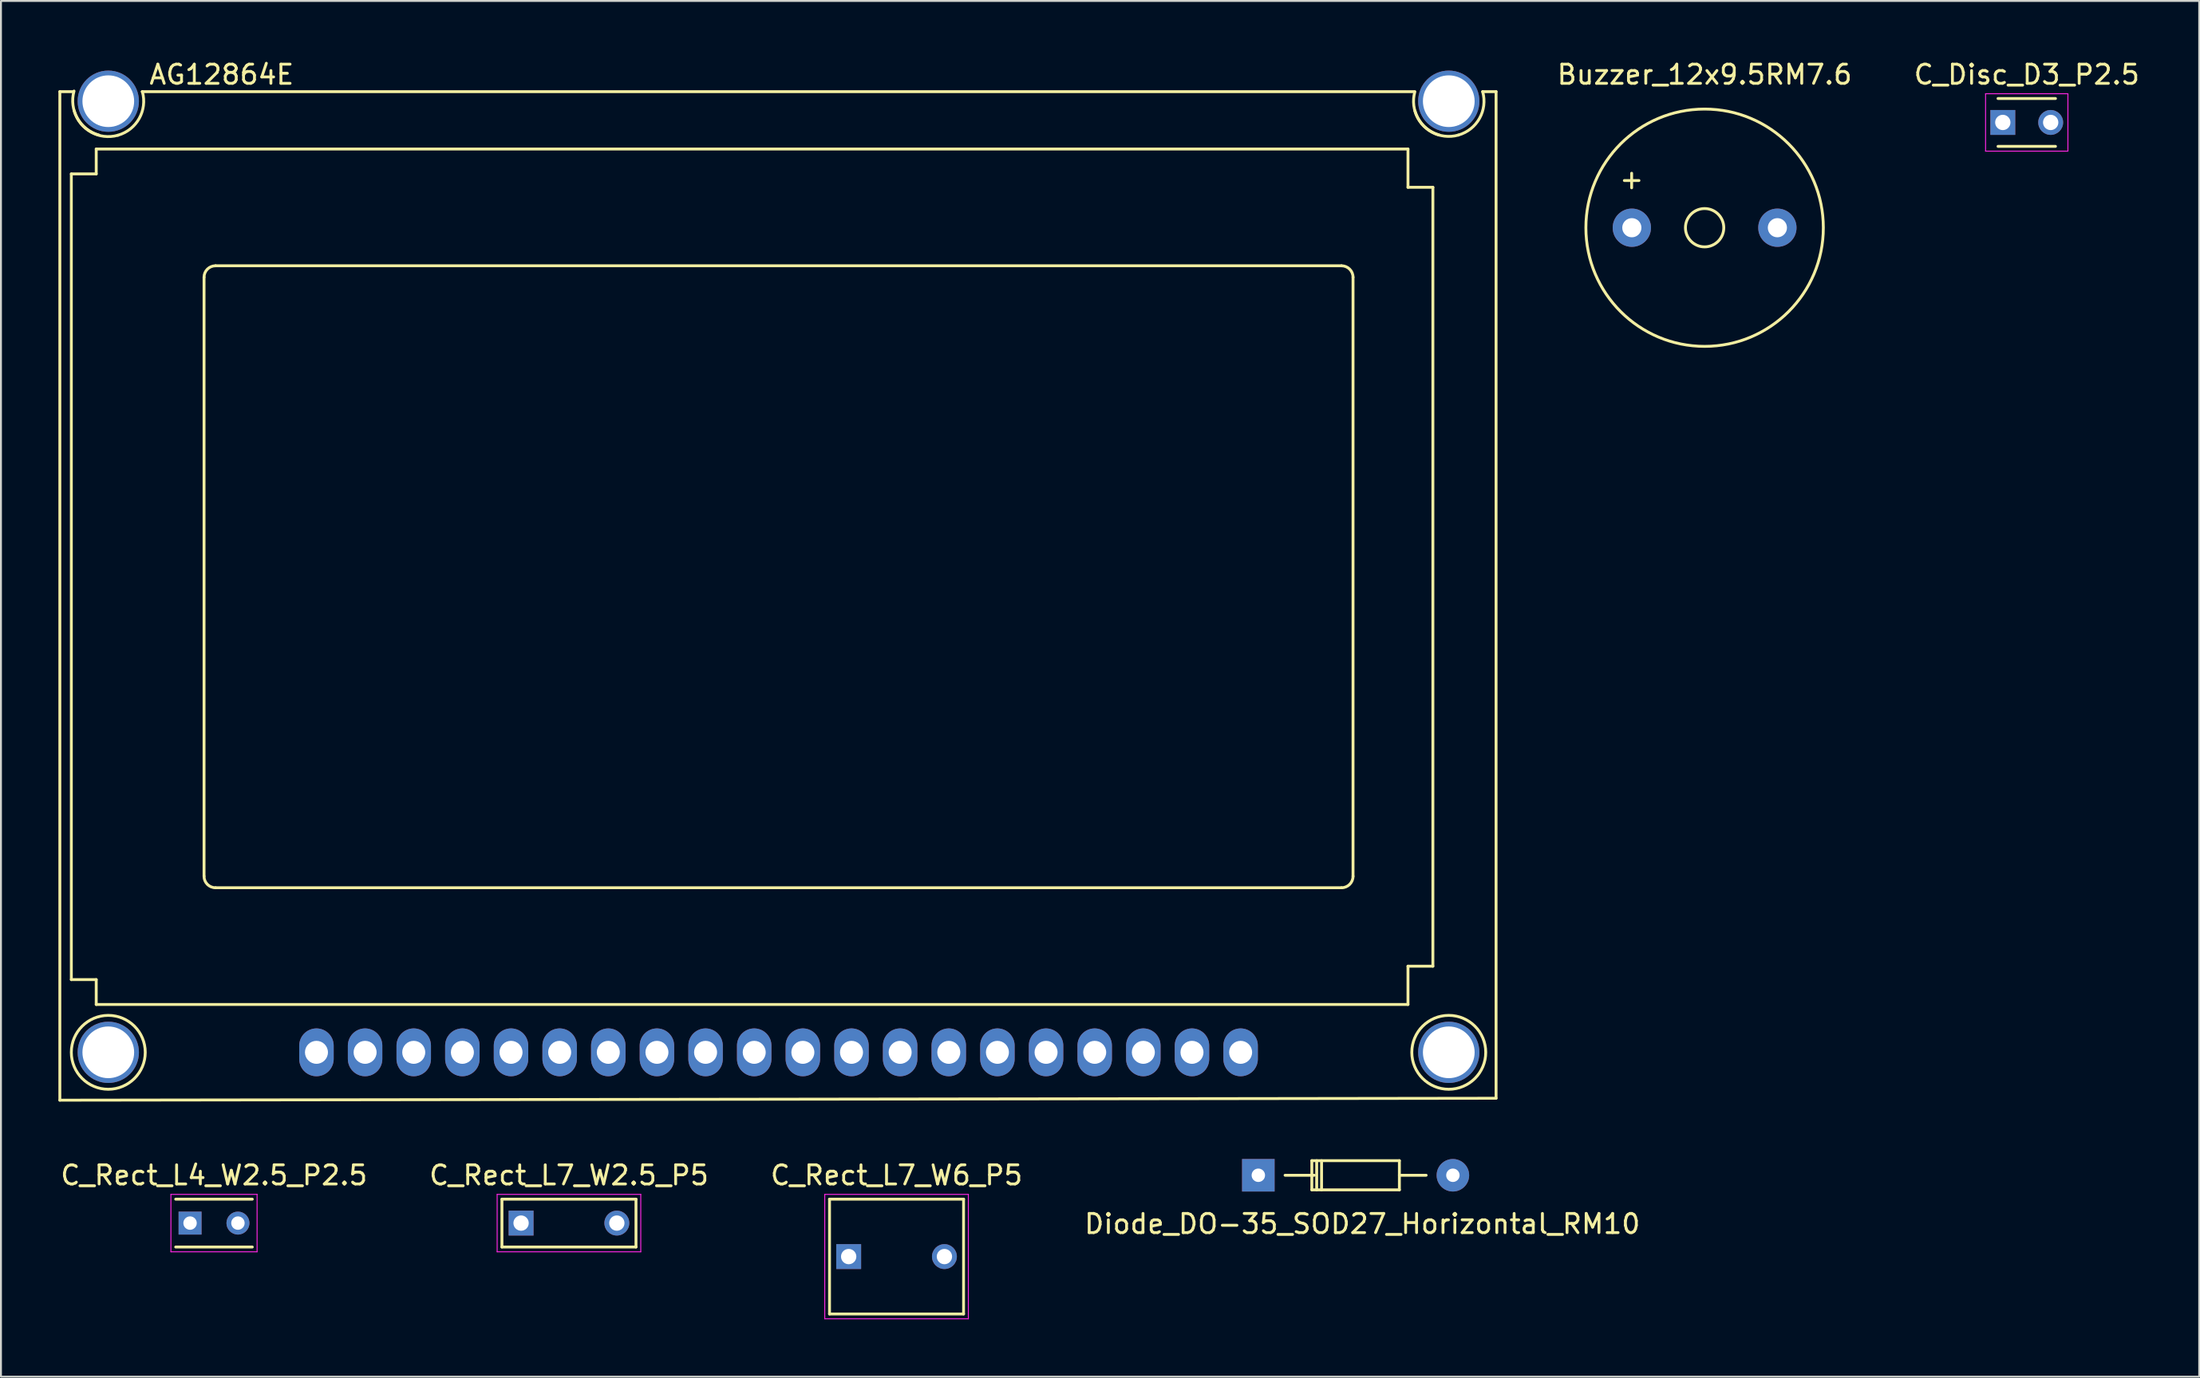
<source format=kicad_pcb>
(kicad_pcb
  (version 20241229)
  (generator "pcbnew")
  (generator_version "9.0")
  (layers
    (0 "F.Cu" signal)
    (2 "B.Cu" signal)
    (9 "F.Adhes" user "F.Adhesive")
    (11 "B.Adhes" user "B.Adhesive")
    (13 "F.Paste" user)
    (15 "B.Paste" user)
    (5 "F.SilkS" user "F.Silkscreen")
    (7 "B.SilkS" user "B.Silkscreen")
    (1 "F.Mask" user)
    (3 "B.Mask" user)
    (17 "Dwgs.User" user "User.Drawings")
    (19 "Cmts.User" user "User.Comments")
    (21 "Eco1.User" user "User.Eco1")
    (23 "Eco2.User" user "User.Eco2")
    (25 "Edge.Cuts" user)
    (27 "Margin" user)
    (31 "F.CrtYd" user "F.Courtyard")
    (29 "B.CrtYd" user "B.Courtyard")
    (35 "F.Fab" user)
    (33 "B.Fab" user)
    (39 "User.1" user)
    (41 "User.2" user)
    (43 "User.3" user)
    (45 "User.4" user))
  (footprint "C_Disc_D3_P2.5"
    (layer "F.Cu")
    (at 101.537 3.348)
    (property "Reference" "C_Disc_D3_P2.5" (at 1.25 -2.5 0) (layer "F.SilkS") (effects (font (size 1 1) (thickness 0.15))))
    (attr through_hole)
    (fp_line (start -0.25 -1.25) (end 2.75 -1.25) (stroke (width 0.15) (type solid)) (layer "F.SilkS"))
    (fp_line (start 2.75 1.25) (end -0.25 1.25) (stroke (width 0.15) (type solid)) (layer "F.SilkS"))
    (fp_line (start -0.9 -1.5) (end 3.4 -1.5) (stroke (width 0.05) (type solid)) (layer "F.CrtYd"))
    (fp_line (start -0.9 1.5) (end -0.9 -1.5) (stroke (width 0.05) (type solid)) (layer "F.CrtYd"))
    (fp_line (start 3.4 -1.5) (end 3.4 1.5) (stroke (width 0.05) (type solid)) (layer "F.CrtYd"))
    (fp_line (start 3.4 1.5) (end -0.9 1.5) (stroke (width 0.05) (type solid)) (layer "F.CrtYd"))
    (pad "1" thru_hole rect (at 0 0) (size 1.3 1.3) (drill 0.8) (layers "*.Cu" "*.Mask"))
    (pad "2" thru_hole circle (at 2.5 0) (size 1.3 1.3) (drill 0.8) (layers "*.Cu" "*.Mask")))
  (footprint "Buzzer_12x9.5RM7.6"
    (layer "F.Cu")
    (at 85.965 8.849)
    (property "Reference" "Buzzer_12x9.5RM7.6" (at 0 -8.001 0) (layer "F.SilkS") (effects (font (size 1 1) (thickness 0.15))))
    (attr through_hole)
    (fp_circle (center 0 0) (end 1.001 0) (stroke (width 0.15) (type solid)) (fill no) (layer "F.SilkS"))
    (fp_circle (center 0 0) (end 6.2 0) (stroke (width 0.15) (type solid)) (fill no) (layer "F.SilkS"))
    (fp_text user "+" (at -3.81 -2.54 0) (layer "F.SilkS") (effects (font (size 1 1) (thickness 0.15))))
    (pad "1" thru_hole circle (at -3.8 0) (size 2 2) (drill 1.001) (layers "*.Cu" "*.Mask"))
    (pad "2" thru_hole circle (at 3.8 0) (size 2 2) (drill 1.001) (layers "*.Cu" "*.Mask")))
  (footprint "Diode_DO-35_SOD27_Horizontal_RM10"
    (layer "F.Cu")
    (at 62.659 58.365)
    (property "Reference" "Diode_DO-35_SOD27_Horizontal_RM10" (at 5.431 2.537 0) (layer "F.SilkS") (effects (font (size 1 1) (thickness 0.15))))
    (attr through_hole)
    (fp_line (start 2.795 -0.765) (end 2.795 -0.003) (stroke (width 0.15) (type solid)) (layer "F.SilkS"))
    (fp_line (start 2.795 -0.003) (end 2.795 0.759) (stroke (width 0.15) (type solid)) (layer "F.SilkS"))
    (fp_line (start 2.795 0.759) (end 7.367 0.759) (stroke (width 0.15) (type solid)) (layer "F.SilkS"))
    (fp_line (start 2.922 -0.003) (end 1.398 -0.003) (stroke (width 0.15) (type solid)) (layer "F.SilkS"))
    (fp_line (start 3.049 -0.765) (end 3.049 0.759) (stroke (width 0.15) (type solid)) (layer "F.SilkS"))
    (fp_line (start 3.303 -0.765) (end 3.303 0.759) (stroke (width 0.15) (type solid)) (layer "F.SilkS"))
    (fp_line (start 7.367 -0.765) (end 2.795 -0.765) (stroke (width 0.15) (type solid)) (layer "F.SilkS"))
    (fp_line (start 7.367 -0.003) (end 8.764 -0.003) (stroke (width 0.15) (type solid)) (layer "F.SilkS"))
    (fp_line (start 7.367 0.759) (end 7.367 -0.765) (stroke (width 0.15) (type solid)) (layer "F.SilkS"))
    (pad "1" thru_hole rect (at 0.001 -0.003 180) (size 1.699 1.699) (drill 0.701) (layers "*.Cu" "*.Mask"))
    (pad "2" thru_hole circle (at 10.161 -0.003 180) (size 1.699 1.699) (drill 0.701) (layers "*.Cu" "*.Mask")))
  (footprint "AG12864E"
    (layer "F.Cu")
    (at 13.475 51.938)
    (property "Reference" "AG12864E" (at -4.95 -51.09 0) (layer "F.SilkS") (effects (font (size 1 1) (thickness 0.15))))
    (attr through_hole)
    (fp_line (start -13.4 -50.2) (end -12.7 -50.2) (stroke (width 0.15) (type solid)) (layer "F.SilkS"))
    (fp_line (start -13.4 2.5) (end -13.4 -50.2) (stroke (width 0.15) (type solid)) (layer "F.SilkS"))
    (fp_line (start -13.4 2.5) (end 61.6 2.4) (stroke (width 0.15) (type solid)) (layer "F.SilkS"))
    (fp_line (start -12.8 -3.8) (end -12.8 -45.9) (stroke (width 0.15) (type solid)) (layer "F.SilkS"))
    (fp_line (start -12.8 -3.8) (end -11.5 -3.8) (stroke (width 0.15) (type solid)) (layer "F.SilkS"))
    (fp_line (start -11.5 -47.2) (end -11.5 -45.9) (stroke (width 0.15) (type solid)) (layer "F.SilkS"))
    (fp_line (start -11.5 -47.2) (end 57 -47.2) (stroke (width 0.15) (type solid)) (layer "F.SilkS"))
    (fp_line (start -11.5 -45.9) (end -12.8 -45.9) (stroke (width 0.15) (type solid)) (layer "F.SilkS"))
    (fp_line (start -11.5 -3.8) (end -11.5 -2.5) (stroke (width 0.15) (type solid)) (layer "F.SilkS"))
    (fp_line (start -9.1 -50.2) (end 57.3 -50.2) (stroke (width 0.15) (type solid)) (layer "F.SilkS"))
    (fp_line (start -5.87 -40.5) (end -5.87 -9.21) (stroke (width 0.15) (type solid)) (layer "F.SilkS"))
    (fp_line (start -5.27 -8.6) (end 53.53 -8.6) (stroke (width 0.15) (type solid)) (layer "F.SilkS"))
    (fp_line (start 53.53 -41.1) (end -5.27 -41.1) (stroke (width 0.15) (type solid)) (layer "F.SilkS"))
    (fp_line (start 54.13 -9.2) (end 54.13 -40.5) (stroke (width 0.15) (type solid)) (layer "F.SilkS"))
    (fp_line (start 57 -47.2) (end 57 -45.2) (stroke (width 0.15) (type solid)) (layer "F.SilkS"))
    (fp_line (start 57 -45.2) (end 58.3 -45.2) (stroke (width 0.15) (type solid)) (layer "F.SilkS"))
    (fp_line (start 57 -4.5) (end 58.3 -4.5) (stroke (width 0.15) (type solid)) (layer "F.SilkS"))
    (fp_line (start 57 -2.5) (end -11.5 -2.5) (stroke (width 0.15) (type solid)) (layer "F.SilkS"))
    (fp_line (start 57 -2.5) (end 57 -4.5) (stroke (width 0.15) (type solid)) (layer "F.SilkS"))
    (fp_line (start 58.3 -45.2) (end 58.3 -4.5) (stroke (width 0.15) (type solid)) (layer "F.SilkS"))
    (fp_line (start 61.6 -50.2) (end 60.9 -50.2) (stroke (width 0.15) (type solid)) (layer "F.SilkS"))
    (fp_line (start 61.6 2.4) (end 61.6 -50.2) (stroke (width 0.15) (type solid)) (layer "F.SilkS"))
    (fp_arc (start -11.36 -47.93) (mid -12.486346 -48.810761) (end -12.66 -50.23) (stroke (width 0.15) (type solid)) (layer "F.SilkS"))
    (fp_arc (start -10.37 -47.92) (mid -11.775097 -48.087797) (end -12.65 -49.2) (stroke (width 0.15) (type solid)) (layer "F.SilkS"))
    (fp_arc (start -9.09 -50.2) (mid -9.257797 -48.794903) (end -10.37 -47.92) (stroke (width 0.15) (type solid)) (layer "F.SilkS"))
    (fp_arc (start -5.87 -40.5) (mid -5.694264 -40.924264) (end -5.27 -41.1) (stroke (width 0.15) (type solid)) (layer "F.SilkS"))
    (fp_arc (start -5.27 -8.6) (mid -5.694264 -8.775736) (end -5.87 -9.2) (stroke (width 0.15) (type solid)) (layer "F.SilkS"))
    (fp_arc (start 53.53 -41.1) (mid 53.954264 -40.924264) (end 54.13 -40.5) (stroke (width 0.15) (type solid)) (layer "F.SilkS"))
    (fp_arc (start 54.13 -9.2) (mid 53.954264 -8.775736) (end 53.53 -8.6) (stroke (width 0.15) (type solid)) (layer "F.SilkS"))
    (fp_arc (start 58.63 -47.93) (mid 57.524868 -48.801974) (end 57.36 -50.2) (stroke (width 0.15) (type solid)) (layer "F.SilkS"))
    (fp_arc (start 59.63 -47.93) (mid 58.231974 -48.094868) (end 57.36 -49.2) (stroke (width 0.15) (type solid)) (layer "F.SilkS"))
    (fp_arc (start 60.9 -50.2) (mid 60.735132 -48.801974) (end 59.63 -47.93) (stroke (width 0.15) (type solid)) (layer "F.SilkS"))
    (fp_circle (center -10.87 0) (end -12.8 0) (stroke (width 0.15) (type solid)) (fill no) (layer "F.SilkS"))
    (fp_circle (center 59.13 0) (end 61.06 0) (stroke (width 0.15) (type solid)) (fill no) (layer "F.SilkS"))
    (pad "0" thru_hole circle (at -10.87 -49.7) (size 3.2 3.2) (drill 2.7) (layers "*.Cu" "*.Mask"))
    (pad "0" thru_hole circle (at -10.87 0) (size 3.2 3.2) (drill 2.7) (layers "*.Cu" "*.Mask"))
    (pad "0" thru_hole circle (at 59.13 -49.7) (size 3.2 3.2) (drill 2.7) (layers "*.Cu" "*.Mask"))
    (pad "0" thru_hole circle (at 59.13 0) (size 3.2 3.2) (drill 2.7) (layers "*.Cu" "*.Mask"))
    (pad "1" thru_hole oval (at 0 0) (size 1.8 2.5) (drill 1.2) (layers "*.Cu" "*.Mask"))
    (pad "2" thru_hole oval (at 2.54 0) (size 1.8 2.5) (drill 1.2) (layers "*.Cu" "*.Mask"))
    (pad "3" thru_hole oval (at 5.08 0) (size 1.8 2.5) (drill 1.2) (layers "*.Cu" "*.Mask"))
    (pad "4" thru_hole oval (at 7.62 0) (size 1.8 2.5) (drill 1.2) (layers "*.Cu" "*.Mask"))
    (pad "5" thru_hole oval (at 10.16 0) (size 1.8 2.5) (drill 1.2) (layers "*.Cu" "*.Mask"))
    (pad "6" thru_hole oval (at 12.7 0) (size 1.8 2.5) (drill 1.2) (layers "*.Cu" "*.Mask"))
    (pad "7" thru_hole oval (at 15.24 0) (size 1.8 2.5) (drill 1.2) (layers "*.Cu" "*.Mask"))
    (pad "8" thru_hole oval (at 17.78 0) (size 1.8 2.5) (drill 1.2) (layers "*.Cu" "*.Mask"))
    (pad "9" thru_hole oval (at 20.32 0) (size 1.8 2.5) (drill 1.2) (layers "*.Cu" "*.Mask"))
    (pad "10" thru_hole oval (at 22.86 0) (size 1.8 2.5) (drill 1.2) (layers "*.Cu" "*.Mask"))
    (pad "11" thru_hole oval (at 25.4 0) (size 1.8 2.5) (drill 1.2) (layers "*.Cu" "*.Mask"))
    (pad "12" thru_hole oval (at 27.94 0) (size 1.8 2.5) (drill 1.2) (layers "*.Cu" "*.Mask"))
    (pad "13" thru_hole oval (at 30.48 0) (size 1.8 2.5) (drill 1.2) (layers "*.Cu" "*.Mask"))
    (pad "14" thru_hole oval (at 33.02 0) (size 1.8 2.5) (drill 1.2) (layers "*.Cu" "*.Mask"))
    (pad "15" thru_hole oval (at 35.56 0) (size 1.8 2.5) (drill 1.2) (layers "*.Cu" "*.Mask"))
    (pad "16" thru_hole oval (at 38.1 0) (size 1.8 2.5) (drill 1.2) (layers "*.Cu" "*.Mask"))
    (pad "17" thru_hole oval (at 40.64 0) (size 1.8 2.5) (drill 1.2) (layers "*.Cu" "*.Mask"))
    (pad "18" thru_hole oval (at 43.18 0) (size 1.8 2.5) (drill 1.2) (layers "*.Cu" "*.Mask"))
    (pad "19" thru_hole oval (at 45.72 0) (size 1.8 2.5) (drill 1.2) (layers "*.Cu" "*.Mask"))
    (pad "20" thru_hole oval (at 48.26 0) (size 1.8 2.5) (drill 1.2) (layers "*.Cu" "*.Mask")))
  (footprint "C_Rect_L7_W6_P5"
    (layer "F.Cu")
    (at 41.268 62.611)
    (property "Reference" "C_Rect_L7_W6_P5" (at 2.5 -4.25 0) (layer "F.SilkS") (effects (font (size 1 1) (thickness 0.15))))
    (attr through_hole)
    (fp_line (start -1 -3) (end 6 -3) (stroke (width 0.15) (type solid)) (layer "F.SilkS"))
    (fp_line (start -1 3) (end -1 -3) (stroke (width 0.15) (type solid)) (layer "F.SilkS"))
    (fp_line (start 6 -3) (end 6 3) (stroke (width 0.15) (type solid)) (layer "F.SilkS"))
    (fp_line (start 6 3) (end -1 3) (stroke (width 0.15) (type solid)) (layer "F.SilkS"))
    (fp_line (start -1.25 -3.25) (end 6.25 -3.25) (stroke (width 0.05) (type solid)) (layer "F.CrtYd"))
    (fp_line (start -1.25 3.25) (end -1.25 -3.25) (stroke (width 0.05) (type solid)) (layer "F.CrtYd"))
    (fp_line (start 6.25 -3.25) (end 6.25 3.25) (stroke (width 0.05) (type solid)) (layer "F.CrtYd"))
    (fp_line (start 6.25 3.25) (end -1.25 3.25) (stroke (width 0.05) (type solid)) (layer "F.CrtYd"))
    (pad "1" thru_hole rect (at 0 0) (size 1.3 1.3) (drill 0.8) (layers "*.Cu" "*.Mask"))
    (pad "2" thru_hole circle (at 5 0) (size 1.3 1.3) (drill 0.8) (layers "*.Cu" "*.Mask")))
  (footprint "C_Rect_L7_W2.5_P5"
    (layer "F.Cu")
    (at 24.161 60.861)
    (property "Reference" "C_Rect_L7_W2.5_P5" (at 2.5 -2.5 0) (layer "F.SilkS") (effects (font (size 1 1) (thickness 0.15))))
    (attr through_hole)
    (fp_line (start -1 -1.25) (end 6 -1.25) (stroke (width 0.15) (type solid)) (layer "F.SilkS"))
    (fp_line (start -1 1.25) (end -1 -1.25) (stroke (width 0.15) (type solid)) (layer "F.SilkS"))
    (fp_line (start 6 -1.25) (end 6 1.25) (stroke (width 0.15) (type solid)) (layer "F.SilkS"))
    (fp_line (start 6 1.25) (end -1 1.25) (stroke (width 0.15) (type solid)) (layer "F.SilkS"))
    (fp_line (start -1.25 -1.5) (end 6.25 -1.5) (stroke (width 0.05) (type solid)) (layer "F.CrtYd"))
    (fp_line (start -1.25 1.5) (end -1.25 -1.5) (stroke (width 0.05) (type solid)) (layer "F.CrtYd"))
    (fp_line (start 6.25 -1.5) (end 6.25 1.5) (stroke (width 0.05) (type solid)) (layer "F.CrtYd"))
    (fp_line (start 6.25 1.5) (end -1.25 1.5) (stroke (width 0.05) (type solid)) (layer "F.CrtYd"))
    (pad "1" thru_hole rect (at 0 0) (size 1.3 1.3) (drill 0.8) (layers "*.Cu" "*.Mask"))
    (pad "2" thru_hole circle (at 5 0) (size 1.3 1.3) (drill 0.8) (layers "*.Cu" "*.Mask")))
  (footprint "C_Rect_L4_W2.5_P2.5"
    (layer "F.Cu")
    (at 6.875 60.861)
    (property "Reference" "C_Rect_L4_W2.5_P2.5" (at 1.25 -2.5 0) (layer "F.SilkS") (effects (font (size 1 1) (thickness 0.15))))
    (attr through_hole)
    (fp_line (start -0.75 -1.25) (end 3.25 -1.25) (stroke (width 0.15) (type solid)) (layer "F.SilkS"))
    (fp_line (start -0.75 1.25) (end 3.25 1.25) (stroke (width 0.15) (type solid)) (layer "F.SilkS"))
    (fp_line (start -1 -1.5) (end 3.5 -1.5) (stroke (width 0.05) (type solid)) (layer "F.CrtYd"))
    (fp_line (start -1 1.5) (end -1 -1.5) (stroke (width 0.05) (type solid)) (layer "F.CrtYd"))
    (fp_line (start 3.5 -1.5) (end 3.5 1.5) (stroke (width 0.05) (type solid)) (layer "F.CrtYd"))
    (fp_line (start 3.5 1.5) (end -1 1.5) (stroke (width 0.05) (type solid)) (layer "F.CrtYd"))
    (pad "1" thru_hole rect (at 0 0) (size 1.2 1.2) (drill 0.7) (layers "*.Cu" "*.Mask"))
    (pad "2" thru_hole circle (at 2.5 0) (size 1.2 1.2) (drill 0.7) (layers "*.Cu" "*.Mask")))
  (gr_rect
    (start -3 -3)
    (end 111.793 68.886)
    (stroke (width 0.1) (type default))
    (fill no)
    (layer "Edge.Cuts")))
</source>
